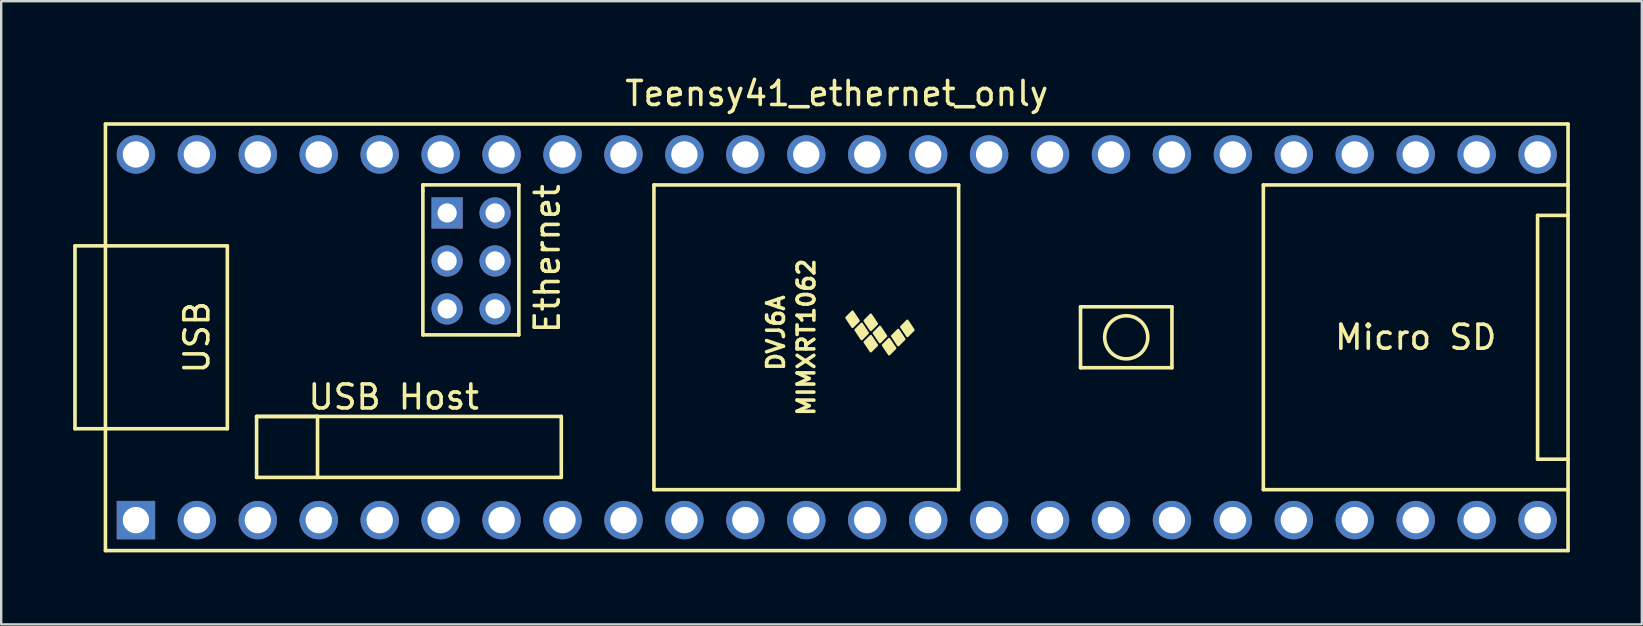
<source format=kicad_pcb>
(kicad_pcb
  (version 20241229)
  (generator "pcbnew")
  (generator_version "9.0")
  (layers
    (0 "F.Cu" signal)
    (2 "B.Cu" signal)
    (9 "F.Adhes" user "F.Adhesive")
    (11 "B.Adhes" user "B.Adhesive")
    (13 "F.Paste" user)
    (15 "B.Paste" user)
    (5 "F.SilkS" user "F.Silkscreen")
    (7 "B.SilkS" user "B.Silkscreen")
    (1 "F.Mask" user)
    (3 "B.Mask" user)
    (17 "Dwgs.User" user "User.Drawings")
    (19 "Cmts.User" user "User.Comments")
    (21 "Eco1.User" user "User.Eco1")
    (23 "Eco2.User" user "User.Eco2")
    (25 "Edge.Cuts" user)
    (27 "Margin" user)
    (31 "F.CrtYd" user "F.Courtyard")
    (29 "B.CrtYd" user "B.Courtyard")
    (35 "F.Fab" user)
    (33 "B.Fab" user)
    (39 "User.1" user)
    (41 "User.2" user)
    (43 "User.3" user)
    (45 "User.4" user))
  (footprint "Teensy41_ethernet_only"
    (layer "F.Cu")
    (at 31.825 11.008)
    (property "Reference" "Teensy41_ethernet_only" (at 0 -10.16 0) (layer "F.SilkS") (effects (font (size 1 1) (thickness 0.15))))
    (attr through_hole)
    (fp_line (start -31.75 -3.81) (end -30.48 -3.81) (stroke (width 0.15) (type solid)) (layer "F.SilkS"))
    (fp_line (start -31.75 3.81) (end -31.75 -3.81) (stroke (width 0.15) (type solid)) (layer "F.SilkS"))
    (fp_line (start -30.48 -8.89) (end 30.48 -8.89) (stroke (width 0.15) (type solid)) (layer "F.SilkS"))
    (fp_line (start -30.48 3.81) (end -31.75 3.81) (stroke (width 0.15) (type solid)) (layer "F.SilkS"))
    (fp_line (start -30.48 8.89) (end -30.48 -8.89) (stroke (width 0.15) (type solid)) (layer "F.SilkS"))
    (fp_line (start -25.4 -3.81) (end -30.48 -3.81) (stroke (width 0.15) (type solid)) (layer "F.SilkS"))
    (fp_line (start -25.4 3.81) (end -30.48 3.81) (stroke (width 0.15) (type solid)) (layer "F.SilkS"))
    (fp_line (start -25.4 3.81) (end -25.4 -3.81) (stroke (width 0.15) (type solid)) (layer "F.SilkS"))
    (fp_line (start -24.181 3.299) (end -21.641 3.299) (stroke (width 0.15) (type solid)) (layer "F.SilkS"))
    (fp_line (start -24.181 3.299) (end -11.481 3.299) (stroke (width 0.15) (type solid)) (layer "F.SilkS"))
    (fp_line (start -24.181 5.839) (end -24.181 3.299) (stroke (width 0.15) (type solid)) (layer "F.SilkS"))
    (fp_line (start -21.641 3.299) (end -21.641 5.839) (stroke (width 0.15) (type solid)) (layer "F.SilkS"))
    (fp_line (start -17.25 -6.352) (end -17.25 -6.102) (stroke (width 0.15) (type solid)) (layer "F.SilkS"))
    (fp_line (start -17.25 -6.102) (end -17.25 -0.102) (stroke (width 0.15) (type solid)) (layer "F.SilkS"))
    (fp_line (start -17.25 -0.102) (end -13.25 -0.102) (stroke (width 0.15) (type solid)) (layer "F.SilkS"))
    (fp_line (start -13.25 -6.352) (end -17.25 -6.352) (stroke (width 0.15) (type solid)) (layer "F.SilkS"))
    (fp_line (start -13.25 -0.102) (end -13.25 -6.352) (stroke (width 0.15) (type solid)) (layer "F.SilkS"))
    (fp_line (start -11.481 3.299) (end -11.481 5.839) (stroke (width 0.15) (type solid)) (layer "F.SilkS"))
    (fp_line (start -11.481 5.839) (end -24.181 5.839) (stroke (width 0.15) (type solid)) (layer "F.SilkS"))
    (fp_line (start -7.62 -6.35) (end -7.62 6.35) (stroke (width 0.15) (type solid)) (layer "F.SilkS"))
    (fp_line (start -7.62 6.35) (end 5.08 6.35) (stroke (width 0.15) (type solid)) (layer "F.SilkS"))
    (fp_line (start 5.08 -6.35) (end -7.62 -6.35) (stroke (width 0.15) (type solid)) (layer "F.SilkS"))
    (fp_line (start 5.08 6.35) (end 5.08 -6.35) (stroke (width 0.15) (type solid)) (layer "F.SilkS"))
    (fp_line (start 10.16 -1.27) (end 13.97 -1.27) (stroke (width 0.15) (type solid)) (layer "F.SilkS"))
    (fp_line (start 10.16 1.27) (end 10.16 -1.27) (stroke (width 0.15) (type solid)) (layer "F.SilkS"))
    (fp_line (start 13.97 -1.27) (end 13.97 1.27) (stroke (width 0.15) (type solid)) (layer "F.SilkS"))
    (fp_line (start 13.97 1.27) (end 10.16 1.27) (stroke (width 0.15) (type solid)) (layer "F.SilkS"))
    (fp_line (start 17.78 -6.35) (end 17.78 6.35) (stroke (width 0.15) (type solid)) (layer "F.SilkS"))
    (fp_line (start 17.78 6.35) (end 30.48 6.35) (stroke (width 0.15) (type solid)) (layer "F.SilkS"))
    (fp_line (start 29.21 -5.08) (end 29.21 5.08) (stroke (width 0.15) (type solid)) (layer "F.SilkS"))
    (fp_line (start 29.21 5.08) (end 30.48 5.08) (stroke (width 0.15) (type solid)) (layer "F.SilkS"))
    (fp_line (start 30.48 -8.89) (end 30.48 8.89) (stroke (width 0.15) (type solid)) (layer "F.SilkS"))
    (fp_line (start 30.48 -6.35) (end 17.78 -6.35) (stroke (width 0.15) (type solid)) (layer "F.SilkS"))
    (fp_line (start 30.48 -5.08) (end 29.21 -5.08) (stroke (width 0.15) (type solid)) (layer "F.SilkS"))
    (fp_line (start 30.48 8.89) (end -30.48 8.89) (stroke (width 0.15) (type solid)) (layer "F.SilkS"))
    (fp_circle (center 12.065 0) (end 12.7 -0.635) (stroke (width 0.15) (type solid)) (fill no) (layer "F.SilkS"))
    (fp_poly (pts (xy 0.911 -0.688) (xy 0.657 -0.434) (xy 0.403 -0.815) (xy 0.657 -1.069)) (stroke (width 0.1) (type solid)) (fill yes) (layer "F.SilkS"))
    (fp_poly (pts (xy 1.292 -0.18) (xy 1.038 0.074) (xy 0.784 -0.307) (xy 1.038 -0.561)) (stroke (width 0.1) (type solid)) (fill yes) (layer "F.SilkS"))
    (fp_poly (pts (xy 1.673 -0.561) (xy 1.419 -0.307) (xy 1.165 -0.688) (xy 1.419 -0.942)) (stroke (width 0.1) (type solid)) (fill yes) (layer "F.SilkS"))
    (fp_poly (pts (xy 1.673 0.328) (xy 1.419 0.582) (xy 1.165 0.201) (xy 1.419 -0.053)) (stroke (width 0.1) (type solid)) (fill yes) (layer "F.SilkS"))
    (fp_poly (pts (xy 2.054 -0.053) (xy 1.8 0.201) (xy 1.546 -0.18) (xy 1.8 -0.434)) (stroke (width 0.1) (type solid)) (fill yes) (layer "F.SilkS"))
    (fp_poly (pts (xy 2.435 0.455) (xy 2.181 0.709) (xy 1.927 0.328) (xy 2.181 0.074)) (stroke (width 0.1) (type solid)) (fill yes) (layer "F.SilkS"))
    (fp_poly (pts (xy 2.816 0.074) (xy 2.562 0.328) (xy 2.308 -0.053) (xy 2.562 -0.307)) (stroke (width 0.1) (type solid)) (fill yes) (layer "F.SilkS"))
    (fp_poly (pts (xy 3.197 -0.307) (xy 2.943 -0.053) (xy 2.689 -0.434) (xy 2.943 -0.688)) (stroke (width 0.1) (type solid)) (fill yes) (layer "F.SilkS"))
    (fp_text user "USB Host" (at -18.466 2.489 0) (layer "F.SilkS") (effects (font (size 1 1) (thickness 0.15))))
    (fp_text user "USB" (at -26.67 0 270) (layer "F.SilkS") (effects (font (size 1 1) (thickness 0.15))))
    (fp_text user "MIMXRT1062" (at -1.27 0 270) (layer "F.SilkS") (effects (font (size 0.7 0.7) (thickness 0.15))))
    (fp_text user "Ethernet" (at -12.065 -3.277 90) (layer "F.SilkS") (effects (font (size 1 1) (thickness 0.15))))
    (fp_text user "Micro SD" (at 24.13 0 0) (layer "F.SilkS") (effects (font (size 1 1) (thickness 0.15))))
    (fp_text user "DVJ6A" (at -2.54 -0.18 270) (layer "F.SilkS") (effects (font (size 0.7 0.7) (thickness 0.15))))
    (pad "1" thru_hole rect (at -29.21 7.62) (size 1.6 1.6) (drill 1.1) (layers "*.Cu" "*.Mask"))
    (pad "2" thru_hole circle (at -26.67 7.62) (size 1.6 1.6) (drill 1.1) (layers "*.Cu" "*.Mask"))
    (pad "3" thru_hole circle (at -24.13 7.62) (size 1.6 1.6) (drill 1.1) (layers "*.Cu" "*.Mask"))
    (pad "4" thru_hole circle (at -21.59 7.62) (size 1.6 1.6) (drill 1.1) (layers "*.Cu" "*.Mask"))
    (pad "5" thru_hole circle (at -19.05 7.62) (size 1.6 1.6) (drill 1.1) (layers "*.Cu" "*.Mask"))
    (pad "6" thru_hole circle (at -16.51 7.62) (size 1.6 1.6) (drill 1.1) (layers "*.Cu" "*.Mask"))
    (pad "7" thru_hole circle (at -13.97 7.62) (size 1.6 1.6) (drill 1.1) (layers "*.Cu" "*.Mask"))
    (pad "8" thru_hole circle (at -11.43 7.62) (size 1.6 1.6) (drill 1.1) (layers "*.Cu" "*.Mask"))
    (pad "9" thru_hole circle (at -8.89 7.62) (size 1.6 1.6) (drill 1.1) (layers "*.Cu" "*.Mask"))
    (pad "10" thru_hole circle (at -6.35 7.62) (size 1.6 1.6) (drill 1.1) (layers "*.Cu" "*.Mask"))
    (pad "11" thru_hole circle (at -3.81 7.62) (size 1.6 1.6) (drill 1.1) (layers "*.Cu" "*.Mask"))
    (pad "12" thru_hole circle (at -1.27 7.62) (size 1.6 1.6) (drill 1.1) (layers "*.Cu" "*.Mask"))
    (pad "13" thru_hole circle (at 1.27 7.62) (size 1.6 1.6) (drill 1.1) (layers "*.Cu" "*.Mask"))
    (pad "14" thru_hole circle (at 3.81 7.62) (size 1.6 1.6) (drill 1.1) (layers "*.Cu" "*.Mask"))
    (pad "15" thru_hole circle (at 6.35 7.62) (size 1.6 1.6) (drill 1.1) (layers "*.Cu" "*.Mask"))
    (pad "16" thru_hole circle (at 8.89 7.62) (size 1.6 1.6) (drill 1.1) (layers "*.Cu" "*.Mask"))
    (pad "17" thru_hole circle (at 11.43 7.62) (size 1.6 1.6) (drill 1.1) (layers "*.Cu" "*.Mask"))
    (pad "18" thru_hole circle (at 13.97 7.62) (size 1.6 1.6) (drill 1.1) (layers "*.Cu" "*.Mask"))
    (pad "19" thru_hole circle (at 16.51 7.62) (size 1.6 1.6) (drill 1.1) (layers "*.Cu" "*.Mask"))
    (pad "20" thru_hole circle (at 19.05 7.62) (size 1.6 1.6) (drill 1.1) (layers "*.Cu" "*.Mask"))
    (pad "21" thru_hole circle (at 21.59 7.62) (size 1.6 1.6) (drill 1.1) (layers "*.Cu" "*.Mask"))
    (pad "22" thru_hole circle (at 24.13 7.62) (size 1.6 1.6) (drill 1.1) (layers "*.Cu" "*.Mask"))
    (pad "23" thru_hole circle (at 26.67 7.62) (size 1.6 1.6) (drill 1.1) (layers "*.Cu" "*.Mask"))
    (pad "24" thru_hole circle (at 29.21 7.62) (size 1.6 1.6) (drill 1.1) (layers "*.Cu" "*.Mask"))
    (pad "25" thru_hole circle (at 29.21 -7.62) (size 1.6 1.6) (drill 1.1) (layers "*.Cu" "*.Mask"))
    (pad "26" thru_hole circle (at 26.67 -7.62) (size 1.6 1.6) (drill 1.1) (layers "*.Cu" "*.Mask"))
    (pad "27" thru_hole circle (at 24.13 -7.62) (size 1.6 1.6) (drill 1.1) (layers "*.Cu" "*.Mask"))
    (pad "28" thru_hole circle (at 21.59 -7.62) (size 1.6 1.6) (drill 1.1) (layers "*.Cu" "*.Mask"))
    (pad "29" thru_hole circle (at 19.05 -7.62) (size 1.6 1.6) (drill 1.1) (layers "*.Cu" "*.Mask"))
    (pad "30" thru_hole circle (at 16.51 -7.62) (size 1.6 1.6) (drill 1.1) (layers "*.Cu" "*.Mask"))
    (pad "31" thru_hole circle (at 13.97 -7.62) (size 1.6 1.6) (drill 1.1) (layers "*.Cu" "*.Mask"))
    (pad "32" thru_hole circle (at 11.43 -7.62) (size 1.6 1.6) (drill 1.1) (layers "*.Cu" "*.Mask"))
    (pad "33" thru_hole circle (at 8.89 -7.62) (size 1.6 1.6) (drill 1.1) (layers "*.Cu" "*.Mask"))
    (pad "34" thru_hole circle (at 6.35 -7.62) (size 1.6 1.6) (drill 1.1) (layers "*.Cu" "*.Mask"))
    (pad "35" thru_hole circle (at 3.81 -7.62) (size 1.6 1.6) (drill 1.1) (layers "*.Cu" "*.Mask"))
    (pad "36" thru_hole circle (at 1.27 -7.62) (size 1.6 1.6) (drill 1.1) (layers "*.Cu" "*.Mask"))
    (pad "37" thru_hole circle (at -1.27 -7.62) (size 1.6 1.6) (drill 1.1) (layers "*.Cu" "*.Mask"))
    (pad "38" thru_hole circle (at -3.81 -7.62) (size 1.6 1.6) (drill 1.1) (layers "*.Cu" "*.Mask"))
    (pad "39" thru_hole circle (at -6.35 -7.62) (size 1.6 1.6) (drill 1.1) (layers "*.Cu" "*.Mask"))
    (pad "40" thru_hole circle (at -8.89 -7.62) (size 1.6 1.6) (drill 1.1) (layers "*.Cu" "*.Mask"))
    (pad "41" thru_hole circle (at -11.43 -7.62) (size 1.6 1.6) (drill 1.1) (layers "*.Cu" "*.Mask"))
    (pad "42" thru_hole circle (at -13.97 -7.62) (size 1.6 1.6) (drill 1.1) (layers "*.Cu" "*.Mask"))
    (pad "43" thru_hole circle (at -16.51 -7.62) (size 1.6 1.6) (drill 1.1) (layers "*.Cu" "*.Mask"))
    (pad "44" thru_hole circle (at -19.05 -7.62) (size 1.6 1.6) (drill 1.1) (layers "*.Cu" "*.Mask"))
    (pad "45" thru_hole circle (at -21.59 -7.62) (size 1.6 1.6) (drill 1.1) (layers "*.Cu" "*.Mask"))
    (pad "46" thru_hole circle (at -24.13 -7.62) (size 1.6 1.6) (drill 1.1) (layers "*.Cu" "*.Mask"))
    (pad "47" thru_hole circle (at -26.67 -7.62) (size 1.6 1.6) (drill 1.1) (layers "*.Cu" "*.Mask"))
    (pad "48" thru_hole circle (at -29.21 -7.62) (size 1.6 1.6) (drill 1.1) (layers "*.Cu" "*.Mask"))
    (pad "60" thru_hole rect (at -16.24 -5.182) (size 1.3 1.3) (drill 0.8) (layers "*.Cu" "*.Mask"))
    (pad "61" thru_hole circle (at -16.24 -3.182) (size 1.3 1.3) (drill 0.8) (layers "*.Cu" "*.Mask"))
    (pad "62" thru_hole circle (at -16.24 -1.182) (size 1.3 1.3) (drill 0.8) (layers "*.Cu" "*.Mask"))
    (pad "63" thru_hole circle (at -14.24 -1.182) (size 1.3 1.3) (drill 0.8) (layers "*.Cu" "*.Mask"))
    (pad "64" thru_hole circle (at -14.24 -3.182) (size 1.3 1.3) (drill 0.8) (layers "*.Cu" "*.Mask"))
    (pad "65" thru_hole circle (at -14.24 -5.182) (size 1.3 1.3) (drill 0.8) (layers "*.Cu" "*.Mask")))
  (gr_rect
    (start -3 -3)
    (end 65.38 22.973)
    (stroke (width 0.1) (type default))
    (fill no)
    (layer "Edge.Cuts")))
</source>
